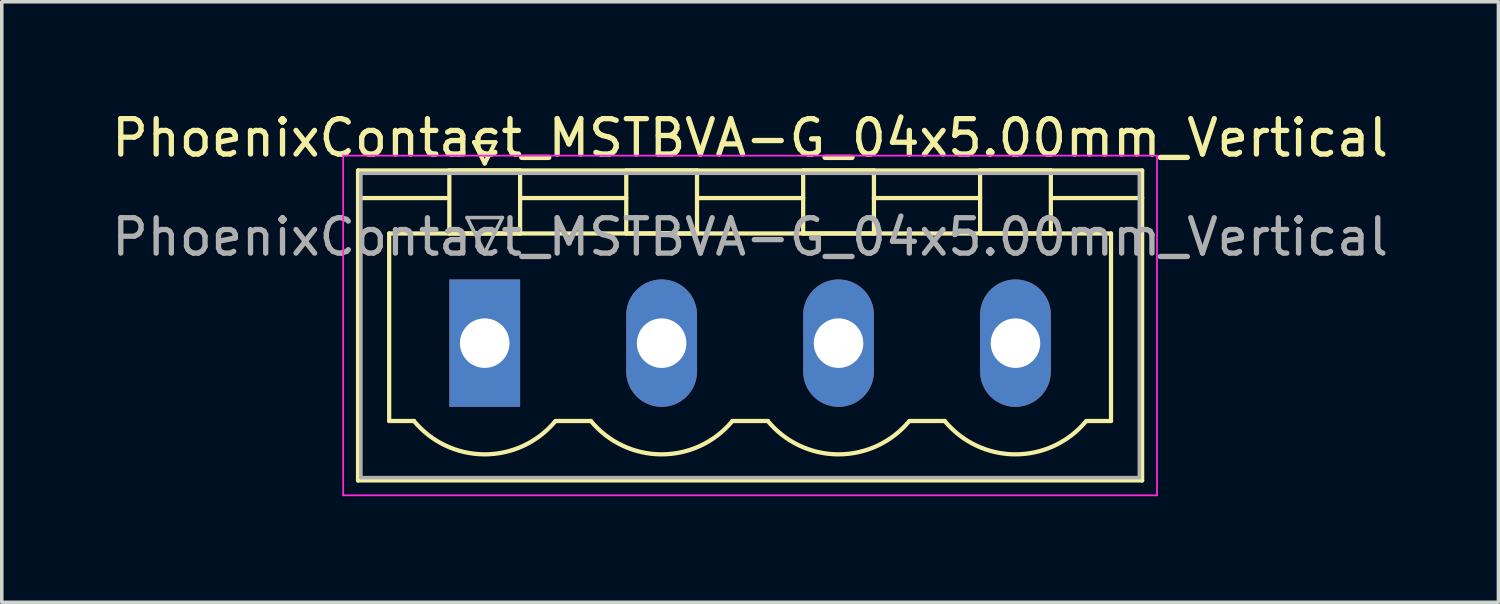
<source format=kicad_pcb>
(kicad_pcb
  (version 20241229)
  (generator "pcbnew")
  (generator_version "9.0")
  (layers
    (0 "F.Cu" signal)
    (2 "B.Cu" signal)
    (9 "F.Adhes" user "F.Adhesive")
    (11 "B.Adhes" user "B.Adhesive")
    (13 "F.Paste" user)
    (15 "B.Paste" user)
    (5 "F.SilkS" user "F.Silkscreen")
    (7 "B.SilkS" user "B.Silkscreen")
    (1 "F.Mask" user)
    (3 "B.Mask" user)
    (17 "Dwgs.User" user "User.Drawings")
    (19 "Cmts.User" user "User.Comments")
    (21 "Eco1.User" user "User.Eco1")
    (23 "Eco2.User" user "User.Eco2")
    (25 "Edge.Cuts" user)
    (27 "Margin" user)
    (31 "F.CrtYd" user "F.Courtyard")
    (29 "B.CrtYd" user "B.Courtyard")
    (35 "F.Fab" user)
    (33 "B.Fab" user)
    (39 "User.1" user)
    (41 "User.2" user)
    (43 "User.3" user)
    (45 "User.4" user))
  (footprint "PhoenixContact_MSTBVA-G_04x5.00mm_Vertical"
    (layer "F.Cu")
    (at 10.649 6.648)
    (property "Reference" "PhoenixContact_MSTBVA-G_04x5.00mm_Vertical" (at 7.5 -5.8 0) (layer "F.SilkS") (effects (font (size 1 1) (thickness 0.15))))
    (attr through_hole)
    (fp_line (start -3.58 -4.88) (end -3.58 3.88) (stroke (width 0.12) (type solid)) (layer "F.SilkS"))
    (fp_line (start -3.58 -4.1) (end -1.08 -4.1) (stroke (width 0.12) (type solid)) (layer "F.SilkS"))
    (fp_line (start -3.58 3.88) (end 18.58 3.88) (stroke (width 0.12) (type solid)) (layer "F.SilkS"))
    (fp_line (start -2.7 -3.1) (end 17.7 -3.1) (stroke (width 0.12) (type solid)) (layer "F.SilkS"))
    (fp_line (start -2.7 2.2) (end -2.7 -3.1) (stroke (width 0.12) (type solid)) (layer "F.SilkS"))
    (fp_line (start -2 2.2) (end -2.7 2.2) (stroke (width 0.12) (type solid)) (layer "F.SilkS"))
    (fp_line (start -1 -4.88) (end 1 -4.88) (stroke (width 0.12) (type solid)) (layer "F.SilkS"))
    (fp_line (start -1 -3.1) (end -1 -4.88) (stroke (width 0.12) (type solid)) (layer "F.SilkS"))
    (fp_line (start -0.3 -5.68) (end 0.3 -5.68) (stroke (width 0.12) (type solid)) (layer "F.SilkS"))
    (fp_line (start 0 -5.08) (end -0.3 -5.68) (stroke (width 0.12) (type solid)) (layer "F.SilkS"))
    (fp_line (start 0.3 -5.68) (end 0 -5.08) (stroke (width 0.12) (type solid)) (layer "F.SilkS"))
    (fp_line (start 1 -4.88) (end 1 -3.1) (stroke (width 0.12) (type solid)) (layer "F.SilkS"))
    (fp_line (start 1 -4.1) (end 4 -4.1) (stroke (width 0.12) (type solid)) (layer "F.SilkS"))
    (fp_line (start 1 -3.1) (end -1 -3.1) (stroke (width 0.12) (type solid)) (layer "F.SilkS"))
    (fp_line (start 2 2.2) (end 3 2.2) (stroke (width 0.12) (type solid)) (layer "F.SilkS"))
    (fp_line (start 4 -4.88) (end 6 -4.88) (stroke (width 0.12) (type solid)) (layer "F.SilkS"))
    (fp_line (start 4 -3.1) (end 4 -4.88) (stroke (width 0.12) (type solid)) (layer "F.SilkS"))
    (fp_line (start 6 -4.88) (end 6 -3.1) (stroke (width 0.12) (type solid)) (layer "F.SilkS"))
    (fp_line (start 6 -4.1) (end 9 -4.1) (stroke (width 0.12) (type solid)) (layer "F.SilkS"))
    (fp_line (start 6 -3.1) (end 4 -3.1) (stroke (width 0.12) (type solid)) (layer "F.SilkS"))
    (fp_line (start 7 2.2) (end 8 2.2) (stroke (width 0.12) (type solid)) (layer "F.SilkS"))
    (fp_line (start 9 -4.88) (end 11 -4.88) (stroke (width 0.12) (type solid)) (layer "F.SilkS"))
    (fp_line (start 9 -3.1) (end 9 -4.88) (stroke (width 0.12) (type solid)) (layer "F.SilkS"))
    (fp_line (start 11 -4.88) (end 11 -3.1) (stroke (width 0.12) (type solid)) (layer "F.SilkS"))
    (fp_line (start 11 -4.1) (end 14 -4.1) (stroke (width 0.12) (type solid)) (layer "F.SilkS"))
    (fp_line (start 11 -3.1) (end 9 -3.1) (stroke (width 0.12) (type solid)) (layer "F.SilkS"))
    (fp_line (start 12 2.2) (end 13 2.2) (stroke (width 0.12) (type solid)) (layer "F.SilkS"))
    (fp_line (start 14 -4.88) (end 16 -4.88) (stroke (width 0.12) (type solid)) (layer "F.SilkS"))
    (fp_line (start 14 -3.1) (end 14 -4.88) (stroke (width 0.12) (type solid)) (layer "F.SilkS"))
    (fp_line (start 16 -4.88) (end 16 -3.1) (stroke (width 0.12) (type solid)) (layer "F.SilkS"))
    (fp_line (start 16 -3.1) (end 14 -3.1) (stroke (width 0.12) (type solid)) (layer "F.SilkS"))
    (fp_line (start 17.7 -3.1) (end 17.7 2.2) (stroke (width 0.12) (type solid)) (layer "F.SilkS"))
    (fp_line (start 17.7 2.2) (end 17 2.2) (stroke (width 0.12) (type solid)) (layer "F.SilkS"))
    (fp_line (start 18.58 -4.88) (end -3.58 -4.88) (stroke (width 0.12) (type solid)) (layer "F.SilkS"))
    (fp_line (start 18.58 -4.1) (end 16.08 -4.1) (stroke (width 0.12) (type solid)) (layer "F.SilkS"))
    (fp_line (start 18.58 3.88) (end 18.58 -4.88) (stroke (width 0.12) (type solid)) (layer "F.SilkS"))
    (fp_arc (start 1.986842 2.215821) (mid -0.010289 3.142758) (end -2 2.2) (stroke (width 0.12) (type solid)) (layer "F.SilkS"))
    (fp_arc (start 6.986842 2.215821) (mid 4.989711 3.142758) (end 3 2.2) (stroke (width 0.12) (type solid)) (layer "F.SilkS"))
    (fp_arc (start 11.986842 2.215821) (mid 9.989711 3.142758) (end 8 2.2) (stroke (width 0.12) (type solid)) (layer "F.SilkS"))
    (fp_arc (start 16.986842 2.215821) (mid 14.989711 3.142758) (end 13 2.2) (stroke (width 0.12) (type solid)) (layer "F.SilkS"))
    (fp_line (start -4 -5.3) (end -4 4.3) (stroke (width 0.05) (type solid)) (layer "F.CrtYd"))
    (fp_line (start -4 4.3) (end 19 4.3) (stroke (width 0.05) (type solid)) (layer "F.CrtYd"))
    (fp_line (start 19 -5.3) (end -4 -5.3) (stroke (width 0.05) (type solid)) (layer "F.CrtYd"))
    (fp_line (start 19 4.3) (end 19 -5.3) (stroke (width 0.05) (type solid)) (layer "F.CrtYd"))
    (fp_line (start -3.5 -4.8) (end -3.5 3.8) (stroke (width 0.1) (type solid)) (layer "F.Fab"))
    (fp_line (start -3.5 3.8) (end 18.5 3.8) (stroke (width 0.1) (type solid)) (layer "F.Fab"))
    (fp_line (start -0.5 -3.55) (end 0.5 -3.55) (stroke (width 0.1) (type solid)) (layer "F.Fab"))
    (fp_line (start 0 -2.55) (end -0.5 -3.55) (stroke (width 0.1) (type solid)) (layer "F.Fab"))
    (fp_line (start 0.5 -3.55) (end 0 -2.55) (stroke (width 0.1) (type solid)) (layer "F.Fab"))
    (fp_line (start 18.5 -4.8) (end -3.5 -4.8) (stroke (width 0.1) (type solid)) (layer "F.Fab"))
    (fp_line (start 18.5 3.8) (end 18.5 -4.8) (stroke (width 0.1) (type solid)) (layer "F.Fab"))
    (fp_text user "${REFERENCE}" (at 7.5 -3 0) (layer "F.Fab") (effects (font (size 1 1) (thickness 0.15))))
    (pad "1" thru_hole rect (at 0 0) (size 2 3.6) (drill 1.4) (layers "*.Cu" "*.Mask"))
    (pad "2" thru_hole oval (at 5 0) (size 2 3.6) (drill 1.4) (layers "*.Cu" "*.Mask"))
    (pad "3" thru_hole oval (at 10 0) (size 2 3.6) (drill 1.4) (layers "*.Cu" "*.Mask"))
    (pad "4" thru_hole oval (at 15 0) (size 2 3.6) (drill 1.4) (layers "*.Cu" "*.Mask")))
  (gr_rect
    (start -3 -3)
    (end 39.298 13.973)
    (stroke (width 0.1) (type default))
    (fill no)
    (layer "Edge.Cuts")))
</source>
